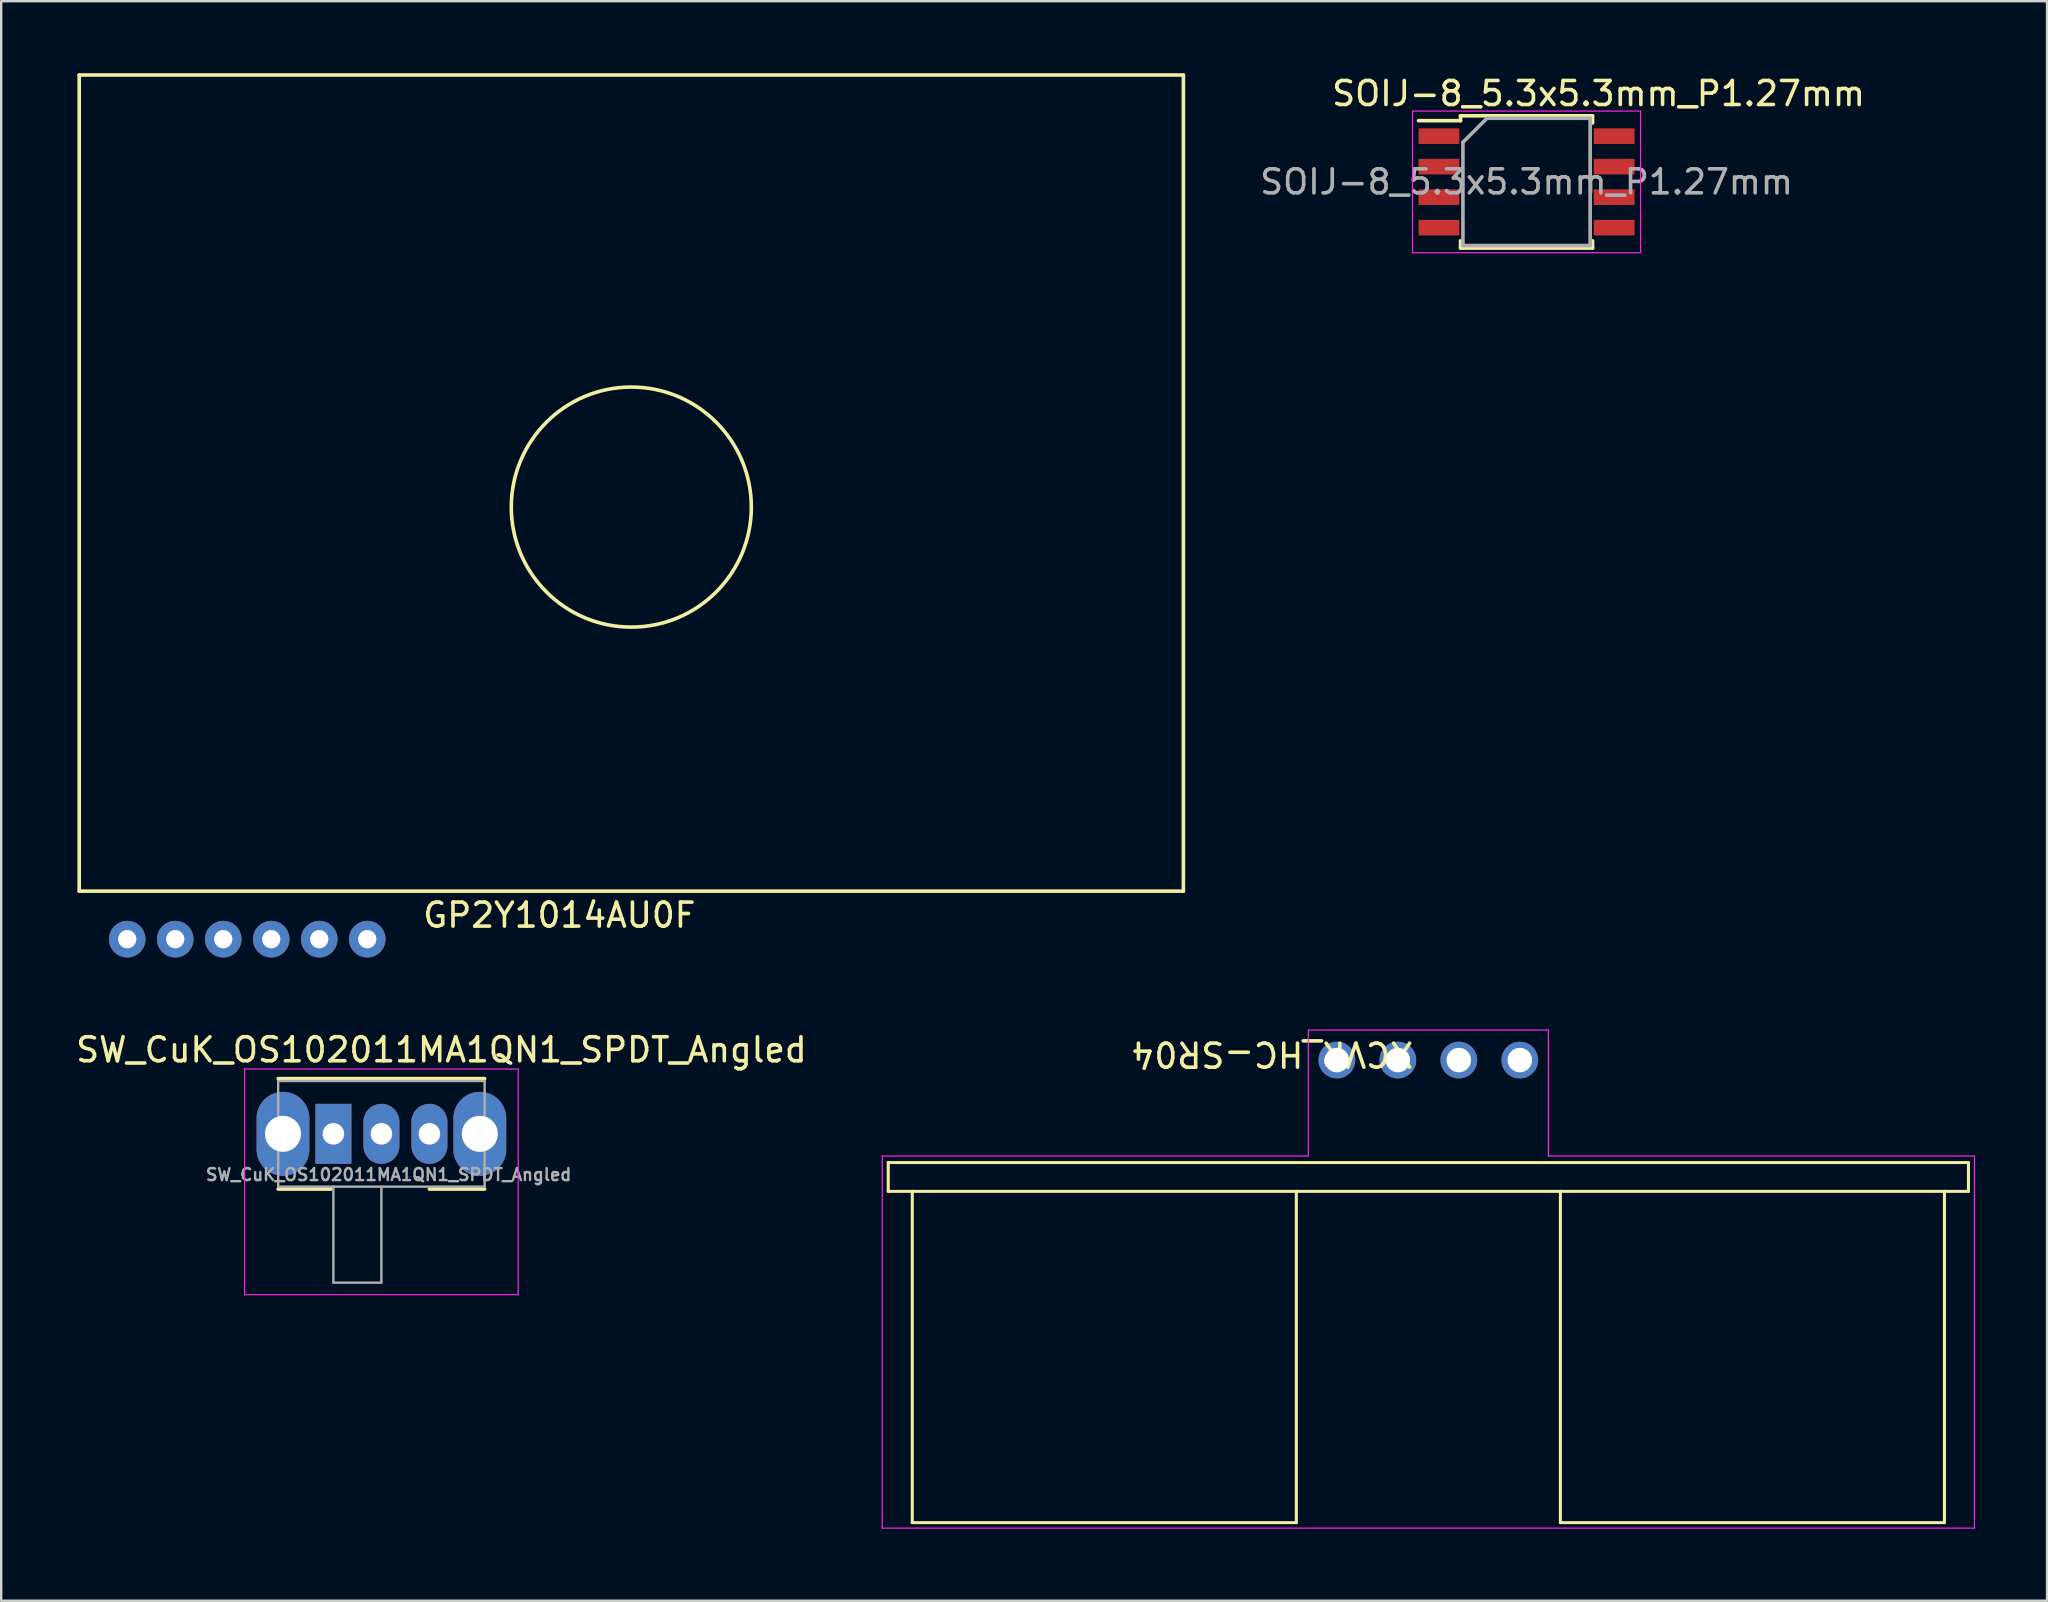
<source format=kicad_pcb>
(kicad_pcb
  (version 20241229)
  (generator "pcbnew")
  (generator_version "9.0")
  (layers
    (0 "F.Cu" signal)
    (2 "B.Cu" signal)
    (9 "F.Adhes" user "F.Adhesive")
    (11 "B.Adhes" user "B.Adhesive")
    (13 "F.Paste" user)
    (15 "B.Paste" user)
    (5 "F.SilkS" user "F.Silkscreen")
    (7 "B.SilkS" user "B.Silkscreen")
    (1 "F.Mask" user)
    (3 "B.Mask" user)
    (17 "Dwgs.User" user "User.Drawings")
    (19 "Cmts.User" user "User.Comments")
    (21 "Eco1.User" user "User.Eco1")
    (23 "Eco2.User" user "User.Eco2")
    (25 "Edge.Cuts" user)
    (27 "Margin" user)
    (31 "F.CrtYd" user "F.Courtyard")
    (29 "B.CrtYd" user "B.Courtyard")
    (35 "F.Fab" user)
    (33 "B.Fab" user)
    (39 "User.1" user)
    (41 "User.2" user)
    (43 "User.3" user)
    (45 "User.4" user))
  (footprint "SOIJ-8_5.3x5.3mm_P1.27mm"
    (layer "F.Cu")
    (at 60.545 4.528)
    (property "Reference" "SOIJ-8_5.3x5.3mm_P1.27mm" (at 3 -3.68 180) (layer "F.SilkS") (effects (font (size 1 1) (thickness 0.15))))
    (attr smd)
    (fp_line (start -2.75 -2.755) (end -2.75 -2.55) (stroke (width 0.15) (type solid)) (layer "F.SilkS"))
    (fp_line (start -2.75 -2.755) (end 2.75 -2.755) (stroke (width 0.15) (type solid)) (layer "F.SilkS"))
    (fp_line (start -2.75 -2.55) (end -4.5 -2.55) (stroke (width 0.15) (type solid)) (layer "F.SilkS"))
    (fp_line (start -2.75 2.755) (end -2.75 2.455) (stroke (width 0.15) (type solid)) (layer "F.SilkS"))
    (fp_line (start -2.75 2.755) (end 2.75 2.755) (stroke (width 0.15) (type solid)) (layer "F.SilkS"))
    (fp_line (start 2.75 -2.755) (end 2.75 -2.455) (stroke (width 0.15) (type solid)) (layer "F.SilkS"))
    (fp_line (start 2.75 2.755) (end 2.75 2.455) (stroke (width 0.15) (type solid)) (layer "F.SilkS"))
    (fp_line (start -4.75 -2.95) (end -4.75 2.95) (stroke (width 0.05) (type solid)) (layer "F.CrtYd"))
    (fp_line (start -4.75 -2.95) (end 4.75 -2.95) (stroke (width 0.05) (type solid)) (layer "F.CrtYd"))
    (fp_line (start -4.75 2.95) (end 4.75 2.95) (stroke (width 0.05) (type solid)) (layer "F.CrtYd"))
    (fp_line (start 4.75 -2.95) (end 4.75 2.95) (stroke (width 0.05) (type solid)) (layer "F.CrtYd"))
    (fp_line (start -2.65 -1.65) (end -1.65 -2.65) (stroke (width 0.15) (type solid)) (layer "F.Fab"))
    (fp_line (start -2.65 2.65) (end -2.65 -1.65) (stroke (width 0.15) (type solid)) (layer "F.Fab"))
    (fp_line (start -1.65 -2.65) (end 2.65 -2.65) (stroke (width 0.15) (type solid)) (layer "F.Fab"))
    (fp_line (start 2.65 -2.65) (end 2.65 2.65) (stroke (width 0.15) (type solid)) (layer "F.Fab"))
    (fp_line (start 2.65 2.65) (end -2.65 2.65) (stroke (width 0.15) (type solid)) (layer "F.Fab"))
    (fp_text user "${REFERENCE}" (at 0 0 180) (layer "F.Fab") (effects (font (size 1 1) (thickness 0.15))))
    (pad "1" smd rect (at -3.65 -1.905) (size 1.7 0.65) (layers "F.Cu" "F.Mask" "F.Paste"))
    (pad "2" smd rect (at -3.65 -0.635) (size 1.7 0.65) (layers "F.Cu" "F.Mask" "F.Paste"))
    (pad "3" smd rect (at -3.65 0.635) (size 1.7 0.65) (layers "F.Cu" "F.Mask" "F.Paste"))
    (pad "4" smd rect (at -3.65 1.905) (size 1.7 0.65) (layers "F.Cu" "F.Mask" "F.Paste"))
    (pad "5" smd rect (at 3.65 1.905) (size 1.7 0.65) (layers "F.Cu" "F.Mask" "F.Paste"))
    (pad "6" smd rect (at 3.65 0.635) (size 1.7 0.65) (layers "F.Cu" "F.Mask" "F.Paste"))
    (pad "7" smd rect (at 3.65 -0.635) (size 1.7 0.65) (layers "F.Cu" "F.Mask" "F.Paste"))
    (pad "8" smd rect (at 3.65 -1.905) (size 1.7 0.65) (layers "F.Cu" "F.Mask" "F.Paste")))
  (footprint "XCVR_HC-SR04"
    (layer "F.Cu")
    (at 56.454 41.112)
    (property "Reference" "XCVR_HC-SR04" (at -6.5 -0.25 180) (unlocked yes) (layer "F.SilkS") (effects (font (size 1.001 1.001) (thickness 0.15))))
    (attr through_hole)
    (fp_line (start -22.5 4.27) (end 22.5 4.27) (stroke (width 0.127) (type solid)) (layer "F.SilkS"))
    (fp_line (start -22.5 5.47) (end -22.5 4.27) (stroke (width 0.127) (type solid)) (layer "F.SilkS"))
    (fp_line (start -21.5 5.47) (end -22.5 5.47) (stroke (width 0.127) (type solid)) (layer "F.SilkS"))
    (fp_line (start -21.5 5.47) (end -21.5 19.27) (stroke (width 0.127) (type solid)) (layer "F.SilkS"))
    (fp_line (start -21.5 19.27) (end -5.5 19.27) (stroke (width 0.127) (type solid)) (layer "F.SilkS"))
    (fp_line (start -5.5 5.47) (end -21.5 5.47) (stroke (width 0.127) (type solid)) (layer "F.SilkS"))
    (fp_line (start -5.5 5.47) (end -5.5 19.27) (stroke (width 0.127) (type solid)) (layer "F.SilkS"))
    (fp_line (start 5.5 5.47) (end -5.5 5.47) (stroke (width 0.127) (type solid)) (layer "F.SilkS"))
    (fp_line (start 5.5 5.47) (end 5.5 19.27) (stroke (width 0.127) (type solid)) (layer "F.SilkS"))
    (fp_line (start 5.5 19.27) (end 21.5 19.27) (stroke (width 0.127) (type solid)) (layer "F.SilkS"))
    (fp_line (start 21.5 5.47) (end 5.5 5.47) (stroke (width 0.127) (type solid)) (layer "F.SilkS"))
    (fp_line (start 21.5 5.47) (end 21.5 19.27) (stroke (width 0.127) (type solid)) (layer "F.SilkS"))
    (fp_line (start 22.5 4.27) (end 22.5 5.47) (stroke (width 0.127) (type solid)) (layer "F.SilkS"))
    (fp_line (start 22.5 5.47) (end 21.5 5.47) (stroke (width 0.127) (type solid)) (layer "F.SilkS"))
    (fp_line (start -22.75 4) (end -22.75 19.5) (stroke (width 0.05) (type solid)) (layer "F.CrtYd"))
    (fp_line (start -22.75 19.5) (end 22.75 19.5) (stroke (width 0.05) (type solid)) (layer "F.CrtYd"))
    (fp_line (start -5 -1.25) (end -5 4) (stroke (width 0.05) (type solid)) (layer "F.CrtYd"))
    (fp_line (start -5 4) (end -22.75 4) (stroke (width 0.05) (type solid)) (layer "F.CrtYd"))
    (fp_line (start 5 -1.25) (end -5 -1.25) (stroke (width 0.05) (type solid)) (layer "F.CrtYd"))
    (fp_line (start 5 4) (end 5 -1.25) (stroke (width 0.05) (type solid)) (layer "F.CrtYd"))
    (fp_line (start 22.75 4) (end 5 4) (stroke (width 0.05) (type solid)) (layer "F.CrtYd"))
    (fp_line (start 22.75 19.5) (end 22.75 4) (stroke (width 0.05) (type solid)) (layer "F.CrtYd"))
    (pad "1" thru_hole circle (at -3.81 0) (size 1.53 1.53) (drill 1.02) (layers "*.Cu" "*.Mask"))
    (pad "2" thru_hole circle (at -1.27 0) (size 1.53 1.53) (drill 1.02) (layers "*.Cu" "*.Mask"))
    (pad "3" thru_hole circle (at 1.27 0) (size 1.53 1.53) (drill 1.02) (layers "*.Cu" "*.Mask"))
    (pad "4" thru_hole circle (at 3.81 0) (size 1.53 1.53) (drill 1.02) (layers "*.Cu" "*.Mask")))
  (footprint "GP2Y1014AU0F"
    (layer "F.Cu")
    (at 0.25 34.075)
    (property "Reference" "GP2Y1014AU0F" (at 20 1 0) (layer "F.SilkS") (effects (font (size 1 1) (thickness 0.15))))
    (attr through_hole)
    (fp_line (start 0 -34) (end 0 0) (stroke (width 0.15) (type solid)) (layer "F.SilkS"))
    (fp_line (start 0 0) (end 46 0) (stroke (width 0.15) (type solid)) (layer "F.SilkS"))
    (fp_line (start 46 -34) (end 0 -34) (stroke (width 0.15) (type solid)) (layer "F.SilkS"))
    (fp_line (start 46 0) (end 46 -34) (stroke (width 0.15) (type solid)) (layer "F.SilkS"))
    (fp_circle (center 23 -16) (end 28 -16) (stroke (width 0.15) (type solid)) (fill no) (layer "F.SilkS"))
    (pad "1" thru_hole circle (at 2 2) (size 1.524 1.524) (drill 0.762) (layers "*.Cu" "*.Mask"))
    (pad "2" thru_hole circle (at 4 2) (size 1.524 1.524) (drill 0.762) (layers "*.Cu" "*.Mask"))
    (pad "3" thru_hole circle (at 6 2) (size 1.524 1.524) (drill 0.762) (layers "*.Cu" "*.Mask"))
    (pad "4" thru_hole circle (at 8 2) (size 1.524 1.524) (drill 0.762) (layers "*.Cu" "*.Mask"))
    (pad "5" thru_hole circle (at 10 2) (size 1.524 1.524) (drill 0.762) (layers "*.Cu" "*.Mask"))
    (pad "6" thru_hole circle (at 12 2) (size 1.524 1.524) (drill 0.762) (layers "*.Cu" "*.Mask")))
  (footprint "SW_CuK_OS102011MA1QN1_SPDT_Angled"
    (layer "F.Cu")
    (at 10.839 44.185)
    (property "Reference" "SW_CuK_OS102011MA1QN1_SPDT_Angled" (at 4.5 -3.5 0) (layer "F.SilkS") (effects (font (size 1 1) (thickness 0.15))))
    (attr through_hole)
    (fp_line (start -2.3 -2.3) (end 6.3 -2.3) (stroke (width 0.15) (type solid)) (layer "F.SilkS"))
    (fp_line (start -2.3 2.3) (end -0.1 2.3) (stroke (width 0.15) (type solid)) (layer "F.SilkS"))
    (fp_line (start 4 2.3) (end 6.3 2.3) (stroke (width 0.15) (type solid)) (layer "F.SilkS"))
    (fp_line (start -3.7 -2.7) (end 7.7 -2.7) (stroke (width 0.05) (type solid)) (layer "F.CrtYd"))
    (fp_line (start -3.7 6.7) (end -3.7 -2.7) (stroke (width 0.05) (type solid)) (layer "F.CrtYd"))
    (fp_line (start 7.7 -2.7) (end 7.7 6.7) (stroke (width 0.05) (type solid)) (layer "F.CrtYd"))
    (fp_line (start 7.7 6.7) (end -3.7 6.7) (stroke (width 0.05) (type solid)) (layer "F.CrtYd"))
    (fp_line (start -2.3 -2.2) (end -2.3 2.2) (stroke (width 0.1) (type solid)) (layer "F.Fab"))
    (fp_line (start -2.3 -2.2) (end 6.3 -2.2) (stroke (width 0.1) (type solid)) (layer "F.Fab"))
    (fp_line (start -2.3 2.2) (end 6.3 2.2) (stroke (width 0.1) (type solid)) (layer "F.Fab"))
    (fp_line (start 0 6.2) (end 0 2.2) (stroke (width 0.1) (type solid)) (layer "F.Fab"))
    (fp_line (start 2 2.2) (end 2 6.2) (stroke (width 0.1) (type solid)) (layer "F.Fab"))
    (fp_line (start 2 6.2) (end 0 6.2) (stroke (width 0.1) (type solid)) (layer "F.Fab"))
    (fp_line (start 6.3 2.2) (end 6.3 -2.2) (stroke (width 0.1) (type solid)) (layer "F.Fab"))
    (fp_text user "${REFERENCE}" (at 2.3 1.7 0) (layer "F.Fab") (effects (font (size 0.5 0.5) (thickness 0.1))))
    (pad "" thru_hole oval (at -2.1 0) (size 2.2 3.5) (drill 1.5) (layers "*.Cu" "*.Mask"))
    (pad "" thru_hole oval (at 6.1 0) (size 2.2 3.5) (drill 1.5) (layers "*.Cu" "*.Mask"))
    (pad "1" thru_hole rect (at 0 0) (size 1.5 2.5) (drill 0.9) (layers "*.Cu" "*.Mask"))
    (pad "2" thru_hole oval (at 2 0) (size 1.5 2.5) (drill 0.9) (layers "*.Cu" "*.Mask"))
    (pad "3" thru_hole oval (at 4 0) (size 1.5 2.5) (drill 0.9) (layers "*.Cu" "*.Mask")))
  (gr_rect
    (start -3 -3)
    (end 82.229 63.637)
    (stroke (width 0.1) (type default))
    (fill no)
    (layer "Edge.Cuts")))
</source>
